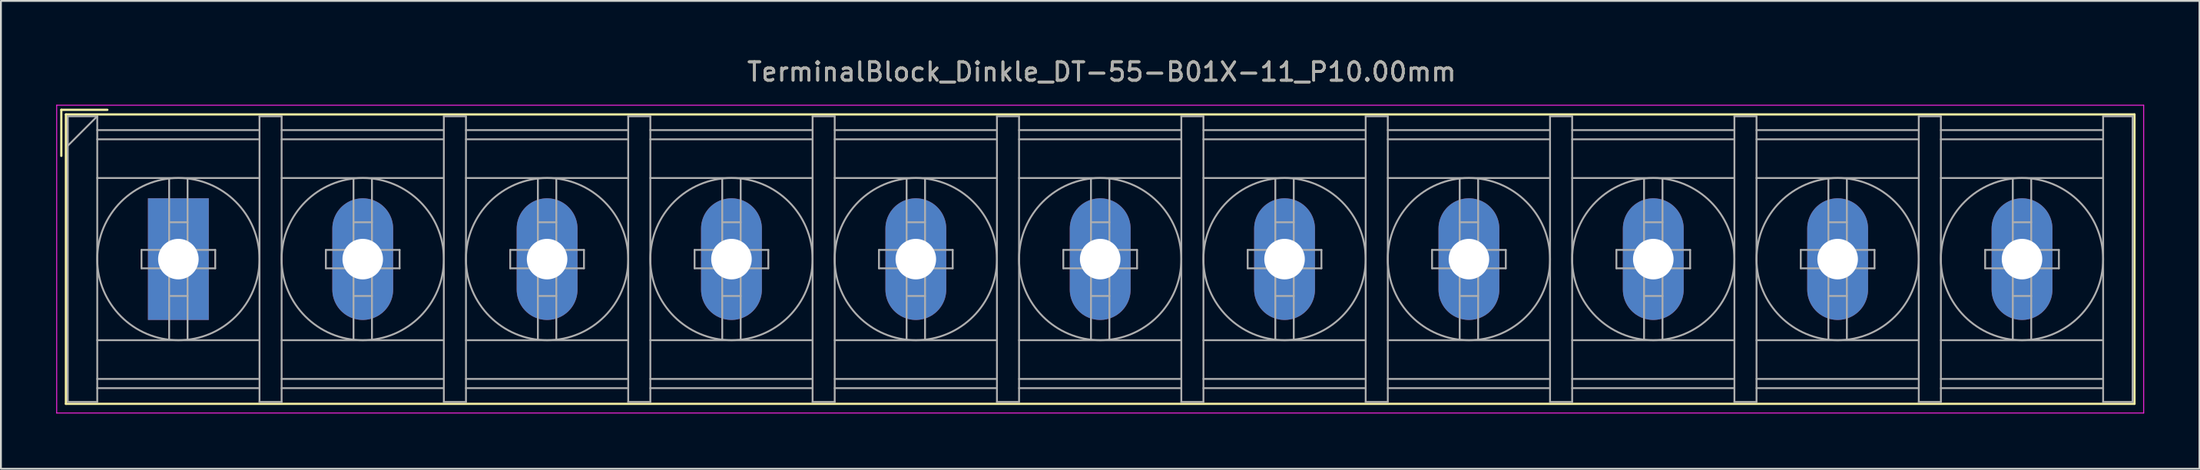
<source format=kicad_pcb>
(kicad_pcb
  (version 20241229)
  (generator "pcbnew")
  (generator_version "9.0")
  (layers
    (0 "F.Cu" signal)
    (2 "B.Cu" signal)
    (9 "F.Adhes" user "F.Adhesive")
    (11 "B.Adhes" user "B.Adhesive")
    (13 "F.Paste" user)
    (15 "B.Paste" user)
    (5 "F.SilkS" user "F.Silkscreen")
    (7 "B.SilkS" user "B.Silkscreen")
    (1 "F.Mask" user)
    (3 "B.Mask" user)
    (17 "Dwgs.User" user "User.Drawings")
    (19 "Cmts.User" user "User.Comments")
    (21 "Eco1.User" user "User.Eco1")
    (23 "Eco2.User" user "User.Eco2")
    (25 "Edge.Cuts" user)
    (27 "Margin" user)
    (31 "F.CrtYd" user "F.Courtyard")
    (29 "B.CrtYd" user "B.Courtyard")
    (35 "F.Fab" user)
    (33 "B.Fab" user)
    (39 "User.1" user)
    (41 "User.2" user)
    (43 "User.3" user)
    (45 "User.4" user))
  (footprint "TerminalBlock_Dinkle_DT-55-B01X-11_P10.00mm"
    (layer "F.Cu")
    (at 6.625 11.008)
    (property "Reference" "TerminalBlock_Dinkle_DT-55-B01X-11_P10.00mm" (at 50.08 -10.16 0) (layer "F.SilkS") (effects (font (size 1 1) (thickness 0.15))))
    (attr through_hole)
    (fp_line (start -6.35 -8.1) (end -3.85 -8.1) (stroke (width 0.12) (type solid)) (layer "F.SilkS"))
    (fp_line (start -6.35 -5.6) (end -6.35 -8.1) (stroke (width 0.12) (type solid)) (layer "F.SilkS"))
    (fp_line (start -6.1 -7.85) (end 106.1 -7.85) (stroke (width 0.12) (type solid)) (layer "F.SilkS"))
    (fp_line (start -6.1 7.85) (end -6.1 -7.85) (stroke (width 0.12) (type solid)) (layer "F.SilkS"))
    (fp_line (start -6.1 7.85) (end 106.1 7.85) (stroke (width 0.12) (type solid)) (layer "F.SilkS"))
    (fp_line (start 106.1 -7.85) (end 106.1 7.85) (stroke (width 0.12) (type solid)) (layer "F.SilkS"))
    (fp_line (start -6.6 -8.35) (end 106.6 -8.35) (stroke (width 0.05) (type solid)) (layer "F.CrtYd"))
    (fp_line (start -6.6 8.35) (end -6.6 -8.35) (stroke (width 0.05) (type solid)) (layer "F.CrtYd"))
    (fp_line (start -6.6 8.35) (end 106.6 8.35) (stroke (width 0.05) (type solid)) (layer "F.CrtYd"))
    (fp_line (start 106.6 -8.35) (end 106.6 8.35) (stroke (width 0.05) (type solid)) (layer "F.CrtYd"))
    (fp_line (start -6 -7.75) (end -6 7.75) (stroke (width 0.1) (type solid)) (layer "F.Fab"))
    (fp_line (start -6 -7.75) (end -4.4 -7.75) (stroke (width 0.1) (type solid)) (layer "F.Fab"))
    (fp_line (start -6 7.75) (end -4.4 7.75) (stroke (width 0.1) (type solid)) (layer "F.Fab"))
    (fp_line (start -4.4 -7.75) (end -6 -6.15) (stroke (width 0.1) (type solid)) (layer "F.Fab"))
    (fp_line (start -4.4 -7.75) (end -4.4 7.75) (stroke (width 0.1) (type solid)) (layer "F.Fab"))
    (fp_line (start -4.4 -7) (end 4.4 -7) (stroke (width 0.1) (type solid)) (layer "F.Fab"))
    (fp_line (start -4.4 -6.5) (end 4.4 -6.5) (stroke (width 0.1) (type solid)) (layer "F.Fab"))
    (fp_line (start -4.4 -4.4) (end 4.4 -4.4) (stroke (width 0.1) (type solid)) (layer "F.Fab"))
    (fp_line (start -4.4 4.4) (end 4.4 4.4) (stroke (width 0.1) (type solid)) (layer "F.Fab"))
    (fp_line (start -4.4 6.5) (end 4.4 6.5) (stroke (width 0.1) (type solid)) (layer "F.Fab"))
    (fp_line (start -4.4 7) (end 4.4 7) (stroke (width 0.1) (type solid)) (layer "F.Fab"))
    (fp_line (start -2 -0.5) (end -2 0.5) (stroke (width 0.1) (type solid)) (layer "F.Fab"))
    (fp_line (start -2 0.5) (end -0.5 0.5) (stroke (width 0.1) (type solid)) (layer "F.Fab"))
    (fp_line (start -0.5 -4.35) (end -0.5 -0.5) (stroke (width 0.1) (type solid)) (layer "F.Fab"))
    (fp_line (start -0.5 -2) (end 0.5 -2) (stroke (width 0.1) (type solid)) (layer "F.Fab"))
    (fp_line (start -0.5 -0.5) (end -2 -0.5) (stroke (width 0.1) (type solid)) (layer "F.Fab"))
    (fp_line (start -0.5 0.5) (end -0.5 4.35) (stroke (width 0.1) (type solid)) (layer "F.Fab"))
    (fp_line (start -0.5 2) (end 0.5 2) (stroke (width 0.1) (type solid)) (layer "F.Fab"))
    (fp_line (start 0.5 -4.35) (end 0.5 -0.5) (stroke (width 0.1) (type solid)) (layer "F.Fab"))
    (fp_line (start 0.5 -0.5) (end 2 -0.5) (stroke (width 0.1) (type solid)) (layer "F.Fab"))
    (fp_line (start 0.5 0.5) (end 0.5 4.35) (stroke (width 0.1) (type solid)) (layer "F.Fab"))
    (fp_line (start 2 -0.5) (end 2 0.5) (stroke (width 0.1) (type solid)) (layer "F.Fab"))
    (fp_line (start 2 0.5) (end 0.5 0.5) (stroke (width 0.1) (type solid)) (layer "F.Fab"))
    (fp_line (start 4.4 -7.75) (end 4.4 7.75) (stroke (width 0.1) (type solid)) (layer "F.Fab"))
    (fp_line (start 4.4 -7.75) (end 5.6 -7.75) (stroke (width 0.1) (type solid)) (layer "F.Fab"))
    (fp_line (start 4.4 7.75) (end 5.6 7.75) (stroke (width 0.1) (type solid)) (layer "F.Fab"))
    (fp_line (start 5.6 -7.75) (end 5.6 7.75) (stroke (width 0.1) (type solid)) (layer "F.Fab"))
    (fp_line (start 5.6 -7) (end 14.4 -7) (stroke (width 0.1) (type solid)) (layer "F.Fab"))
    (fp_line (start 5.6 -6.5) (end 14.4 -6.5) (stroke (width 0.1) (type solid)) (layer "F.Fab"))
    (fp_line (start 5.6 -4.4) (end 14.4 -4.4) (stroke (width 0.1) (type solid)) (layer "F.Fab"))
    (fp_line (start 5.6 4.4) (end 14.4 4.4) (stroke (width 0.1) (type solid)) (layer "F.Fab"))
    (fp_line (start 5.6 6.5) (end 14.4 6.5) (stroke (width 0.1) (type solid)) (layer "F.Fab"))
    (fp_line (start 5.6 7) (end 14.4 7) (stroke (width 0.1) (type solid)) (layer "F.Fab"))
    (fp_line (start 8 -0.5) (end 8 0.5) (stroke (width 0.1) (type solid)) (layer "F.Fab"))
    (fp_line (start 8 0.5) (end 9.5 0.5) (stroke (width 0.1) (type solid)) (layer "F.Fab"))
    (fp_line (start 9.5 -4.35) (end 9.5 -0.5) (stroke (width 0.1) (type solid)) (layer "F.Fab"))
    (fp_line (start 9.5 -2) (end 10.5 -2) (stroke (width 0.1) (type solid)) (layer "F.Fab"))
    (fp_line (start 9.5 -0.5) (end 8 -0.5) (stroke (width 0.1) (type solid)) (layer "F.Fab"))
    (fp_line (start 9.5 0.5) (end 9.5 4.35) (stroke (width 0.1) (type solid)) (layer "F.Fab"))
    (fp_line (start 9.5 2) (end 10.5 2) (stroke (width 0.1) (type solid)) (layer "F.Fab"))
    (fp_line (start 10.5 -4.35) (end 10.5 -0.5) (stroke (width 0.1) (type solid)) (layer "F.Fab"))
    (fp_line (start 10.5 -0.5) (end 12 -0.5) (stroke (width 0.1) (type solid)) (layer "F.Fab"))
    (fp_line (start 10.5 0.5) (end 10.5 4.35) (stroke (width 0.1) (type solid)) (layer "F.Fab"))
    (fp_line (start 12 -0.5) (end 12 0.5) (stroke (width 0.1) (type solid)) (layer "F.Fab"))
    (fp_line (start 12 0.5) (end 10.5 0.5) (stroke (width 0.1) (type solid)) (layer "F.Fab"))
    (fp_line (start 14.4 -7.75) (end 14.4 7.75) (stroke (width 0.1) (type solid)) (layer "F.Fab"))
    (fp_line (start 14.4 -7.75) (end 15.6 -7.75) (stroke (width 0.1) (type solid)) (layer "F.Fab"))
    (fp_line (start 14.4 7.75) (end 15.6 7.75) (stroke (width 0.1) (type solid)) (layer "F.Fab"))
    (fp_line (start 15.6 -7.75) (end 15.6 7.75) (stroke (width 0.1) (type solid)) (layer "F.Fab"))
    (fp_line (start 15.6 -7) (end 24.4 -7) (stroke (width 0.1) (type solid)) (layer "F.Fab"))
    (fp_line (start 15.6 -6.5) (end 24.4 -6.5) (stroke (width 0.1) (type solid)) (layer "F.Fab"))
    (fp_line (start 15.6 -4.4) (end 24.4 -4.4) (stroke (width 0.1) (type solid)) (layer "F.Fab"))
    (fp_line (start 15.6 4.4) (end 24.4 4.4) (stroke (width 0.1) (type solid)) (layer "F.Fab"))
    (fp_line (start 15.6 6.5) (end 24.4 6.5) (stroke (width 0.1) (type solid)) (layer "F.Fab"))
    (fp_line (start 15.6 7) (end 24.4 7) (stroke (width 0.1) (type solid)) (layer "F.Fab"))
    (fp_line (start 18 -0.5) (end 18 0.5) (stroke (width 0.1) (type solid)) (layer "F.Fab"))
    (fp_line (start 18 0.5) (end 19.5 0.5) (stroke (width 0.1) (type solid)) (layer "F.Fab"))
    (fp_line (start 19.5 -4.35) (end 19.5 -0.5) (stroke (width 0.1) (type solid)) (layer "F.Fab"))
    (fp_line (start 19.5 -2) (end 20.5 -2) (stroke (width 0.1) (type solid)) (layer "F.Fab"))
    (fp_line (start 19.5 -0.5) (end 18 -0.5) (stroke (width 0.1) (type solid)) (layer "F.Fab"))
    (fp_line (start 19.5 0.5) (end 19.5 4.35) (stroke (width 0.1) (type solid)) (layer "F.Fab"))
    (fp_line (start 19.5 2) (end 20.5 2) (stroke (width 0.1) (type solid)) (layer "F.Fab"))
    (fp_line (start 20.5 -4.35) (end 20.5 -0.5) (stroke (width 0.1) (type solid)) (layer "F.Fab"))
    (fp_line (start 20.5 -0.5) (end 22 -0.5) (stroke (width 0.1) (type solid)) (layer "F.Fab"))
    (fp_line (start 20.5 0.5) (end 20.5 4.35) (stroke (width 0.1) (type solid)) (layer "F.Fab"))
    (fp_line (start 22 -0.5) (end 22 0.5) (stroke (width 0.1) (type solid)) (layer "F.Fab"))
    (fp_line (start 22 0.5) (end 20.5 0.5) (stroke (width 0.1) (type solid)) (layer "F.Fab"))
    (fp_line (start 24.4 -7.75) (end 24.4 7.75) (stroke (width 0.1) (type solid)) (layer "F.Fab"))
    (fp_line (start 24.4 -7.75) (end 25.6 -7.75) (stroke (width 0.1) (type solid)) (layer "F.Fab"))
    (fp_line (start 24.4 7.75) (end 25.6 7.75) (stroke (width 0.1) (type solid)) (layer "F.Fab"))
    (fp_line (start 25.6 -7.75) (end 25.6 7.75) (stroke (width 0.1) (type solid)) (layer "F.Fab"))
    (fp_line (start 25.6 -7) (end 34.4 -7) (stroke (width 0.1) (type solid)) (layer "F.Fab"))
    (fp_line (start 25.6 -6.5) (end 34.4 -6.5) (stroke (width 0.1) (type solid)) (layer "F.Fab"))
    (fp_line (start 25.6 -4.4) (end 34.4 -4.4) (stroke (width 0.1) (type solid)) (layer "F.Fab"))
    (fp_line (start 25.6 4.4) (end 34.4 4.4) (stroke (width 0.1) (type solid)) (layer "F.Fab"))
    (fp_line (start 25.6 6.5) (end 34.4 6.5) (stroke (width 0.1) (type solid)) (layer "F.Fab"))
    (fp_line (start 25.6 7) (end 34.4 7) (stroke (width 0.1) (type solid)) (layer "F.Fab"))
    (fp_line (start 28 -0.5) (end 28 0.5) (stroke (width 0.1) (type solid)) (layer "F.Fab"))
    (fp_line (start 28 0.5) (end 29.5 0.5) (stroke (width 0.1) (type solid)) (layer "F.Fab"))
    (fp_line (start 29.5 -4.35) (end 29.5 -0.5) (stroke (width 0.1) (type solid)) (layer "F.Fab"))
    (fp_line (start 29.5 -2) (end 30.5 -2) (stroke (width 0.1) (type solid)) (layer "F.Fab"))
    (fp_line (start 29.5 -0.5) (end 28 -0.5) (stroke (width 0.1) (type solid)) (layer "F.Fab"))
    (fp_line (start 29.5 0.5) (end 29.5 4.35) (stroke (width 0.1) (type solid)) (layer "F.Fab"))
    (fp_line (start 29.5 2) (end 30.5 2) (stroke (width 0.1) (type solid)) (layer "F.Fab"))
    (fp_line (start 30.5 -4.35) (end 30.5 -0.5) (stroke (width 0.1) (type solid)) (layer "F.Fab"))
    (fp_line (start 30.5 -0.5) (end 32 -0.5) (stroke (width 0.1) (type solid)) (layer "F.Fab"))
    (fp_line (start 30.5 0.5) (end 30.5 4.35) (stroke (width 0.1) (type solid)) (layer "F.Fab"))
    (fp_line (start 32 -0.5) (end 32 0.5) (stroke (width 0.1) (type solid)) (layer "F.Fab"))
    (fp_line (start 32 0.5) (end 30.5 0.5) (stroke (width 0.1) (type solid)) (layer "F.Fab"))
    (fp_line (start 34.4 -7.75) (end 34.4 7.75) (stroke (width 0.1) (type solid)) (layer "F.Fab"))
    (fp_line (start 34.4 -7.75) (end 35.6 -7.75) (stroke (width 0.1) (type solid)) (layer "F.Fab"))
    (fp_line (start 34.4 7.75) (end 35.6 7.75) (stroke (width 0.1) (type solid)) (layer "F.Fab"))
    (fp_line (start 35.6 -7.75) (end 35.6 7.75) (stroke (width 0.1) (type solid)) (layer "F.Fab"))
    (fp_line (start 35.6 -7) (end 44.4 -7) (stroke (width 0.1) (type solid)) (layer "F.Fab"))
    (fp_line (start 35.6 -6.5) (end 44.4 -6.5) (stroke (width 0.1) (type solid)) (layer "F.Fab"))
    (fp_line (start 35.6 -4.4) (end 44.4 -4.4) (stroke (width 0.1) (type solid)) (layer "F.Fab"))
    (fp_line (start 35.6 4.4) (end 44.4 4.4) (stroke (width 0.1) (type solid)) (layer "F.Fab"))
    (fp_line (start 35.6 6.5) (end 44.4 6.5) (stroke (width 0.1) (type solid)) (layer "F.Fab"))
    (fp_line (start 35.6 7) (end 44.4 7) (stroke (width 0.1) (type solid)) (layer "F.Fab"))
    (fp_line (start 38 -0.5) (end 38 0.5) (stroke (width 0.1) (type solid)) (layer "F.Fab"))
    (fp_line (start 38 0.5) (end 39.5 0.5) (stroke (width 0.1) (type solid)) (layer "F.Fab"))
    (fp_line (start 39.5 -4.35) (end 39.5 -0.5) (stroke (width 0.1) (type solid)) (layer "F.Fab"))
    (fp_line (start 39.5 -2) (end 40.5 -2) (stroke (width 0.1) (type solid)) (layer "F.Fab"))
    (fp_line (start 39.5 -0.5) (end 38 -0.5) (stroke (width 0.1) (type solid)) (layer "F.Fab"))
    (fp_line (start 39.5 0.5) (end 39.5 4.35) (stroke (width 0.1) (type solid)) (layer "F.Fab"))
    (fp_line (start 39.5 2) (end 40.5 2) (stroke (width 0.1) (type solid)) (layer "F.Fab"))
    (fp_line (start 40.5 -4.35) (end 40.5 -0.5) (stroke (width 0.1) (type solid)) (layer "F.Fab"))
    (fp_line (start 40.5 -0.5) (end 42 -0.5) (stroke (width 0.1) (type solid)) (layer "F.Fab"))
    (fp_line (start 40.5 0.5) (end 40.5 4.35) (stroke (width 0.1) (type solid)) (layer "F.Fab"))
    (fp_line (start 42 -0.5) (end 42 0.5) (stroke (width 0.1) (type solid)) (layer "F.Fab"))
    (fp_line (start 42 0.5) (end 40.5 0.5) (stroke (width 0.1) (type solid)) (layer "F.Fab"))
    (fp_line (start 44.4 -7.75) (end 44.4 7.75) (stroke (width 0.1) (type solid)) (layer "F.Fab"))
    (fp_line (start 44.4 -7.75) (end 45.6 -7.75) (stroke (width 0.1) (type solid)) (layer "F.Fab"))
    (fp_line (start 44.4 7.75) (end 45.6 7.75) (stroke (width 0.1) (type solid)) (layer "F.Fab"))
    (fp_line (start 45.6 -7.75) (end 45.6 7.75) (stroke (width 0.1) (type solid)) (layer "F.Fab"))
    (fp_line (start 45.6 -7) (end 54.4 -7) (stroke (width 0.1) (type solid)) (layer "F.Fab"))
    (fp_line (start 45.6 -6.5) (end 54.4 -6.5) (stroke (width 0.1) (type solid)) (layer "F.Fab"))
    (fp_line (start 45.6 -4.4) (end 54.4 -4.4) (stroke (width 0.1) (type solid)) (layer "F.Fab"))
    (fp_line (start 45.6 4.4) (end 54.4 4.4) (stroke (width 0.1) (type solid)) (layer "F.Fab"))
    (fp_line (start 45.6 6.5) (end 54.4 6.5) (stroke (width 0.1) (type solid)) (layer "F.Fab"))
    (fp_line (start 45.6 7) (end 54.4 7) (stroke (width 0.1) (type solid)) (layer "F.Fab"))
    (fp_line (start 48 -0.5) (end 48 0.5) (stroke (width 0.1) (type solid)) (layer "F.Fab"))
    (fp_line (start 48 0.5) (end 49.5 0.5) (stroke (width 0.1) (type solid)) (layer "F.Fab"))
    (fp_line (start 49.5 -4.35) (end 49.5 -0.5) (stroke (width 0.1) (type solid)) (layer "F.Fab"))
    (fp_line (start 49.5 -2) (end 50.5 -2) (stroke (width 0.1) (type solid)) (layer "F.Fab"))
    (fp_line (start 49.5 -0.5) (end 48 -0.5) (stroke (width 0.1) (type solid)) (layer "F.Fab"))
    (fp_line (start 49.5 0.5) (end 49.5 4.35) (stroke (width 0.1) (type solid)) (layer "F.Fab"))
    (fp_line (start 49.5 2) (end 50.5 2) (stroke (width 0.1) (type solid)) (layer "F.Fab"))
    (fp_line (start 50.5 -4.35) (end 50.5 -0.5) (stroke (width 0.1) (type solid)) (layer "F.Fab"))
    (fp_line (start 50.5 -0.5) (end 52 -0.5) (stroke (width 0.1) (type solid)) (layer "F.Fab"))
    (fp_line (start 50.5 0.5) (end 50.5 4.35) (stroke (width 0.1) (type solid)) (layer "F.Fab"))
    (fp_line (start 52 -0.5) (end 52 0.5) (stroke (width 0.1) (type solid)) (layer "F.Fab"))
    (fp_line (start 52 0.5) (end 50.5 0.5) (stroke (width 0.1) (type solid)) (layer "F.Fab"))
    (fp_line (start 54.4 -7.75) (end 54.4 7.75) (stroke (width 0.1) (type solid)) (layer "F.Fab"))
    (fp_line (start 54.4 -7.75) (end 55.6 -7.75) (stroke (width 0.1) (type solid)) (layer "F.Fab"))
    (fp_line (start 54.4 7.75) (end 55.6 7.75) (stroke (width 0.1) (type solid)) (layer "F.Fab"))
    (fp_line (start 55.6 -7.75) (end 55.6 7.75) (stroke (width 0.1) (type solid)) (layer "F.Fab"))
    (fp_line (start 55.6 -7) (end 64.4 -7) (stroke (width 0.1) (type solid)) (layer "F.Fab"))
    (fp_line (start 55.6 -6.5) (end 64.4 -6.5) (stroke (width 0.1) (type solid)) (layer "F.Fab"))
    (fp_line (start 55.6 -4.4) (end 64.4 -4.4) (stroke (width 0.1) (type solid)) (layer "F.Fab"))
    (fp_line (start 55.6 4.4) (end 64.4 4.4) (stroke (width 0.1) (type solid)) (layer "F.Fab"))
    (fp_line (start 55.6 6.5) (end 64.4 6.5) (stroke (width 0.1) (type solid)) (layer "F.Fab"))
    (fp_line (start 55.6 7) (end 64.4 7) (stroke (width 0.1) (type solid)) (layer "F.Fab"))
    (fp_line (start 58 -0.5) (end 58 0.5) (stroke (width 0.1) (type solid)) (layer "F.Fab"))
    (fp_line (start 58 0.5) (end 59.5 0.5) (stroke (width 0.1) (type solid)) (layer "F.Fab"))
    (fp_line (start 59.5 -4.35) (end 59.5 -0.5) (stroke (width 0.1) (type solid)) (layer "F.Fab"))
    (fp_line (start 59.5 -2) (end 60.5 -2) (stroke (width 0.1) (type solid)) (layer "F.Fab"))
    (fp_line (start 59.5 -0.5) (end 58 -0.5) (stroke (width 0.1) (type solid)) (layer "F.Fab"))
    (fp_line (start 59.5 0.5) (end 59.5 4.35) (stroke (width 0.1) (type solid)) (layer "F.Fab"))
    (fp_line (start 59.5 2) (end 60.5 2) (stroke (width 0.1) (type solid)) (layer "F.Fab"))
    (fp_line (start 60.5 -4.35) (end 60.5 -0.5) (stroke (width 0.1) (type solid)) (layer "F.Fab"))
    (fp_line (start 60.5 -0.5) (end 62 -0.5) (stroke (width 0.1) (type solid)) (layer "F.Fab"))
    (fp_line (start 60.5 0.5) (end 60.5 4.35) (stroke (width 0.1) (type solid)) (layer "F.Fab"))
    (fp_line (start 62 -0.5) (end 62 0.5) (stroke (width 0.1) (type solid)) (layer "F.Fab"))
    (fp_line (start 62 0.5) (end 60.5 0.5) (stroke (width 0.1) (type solid)) (layer "F.Fab"))
    (fp_line (start 64.4 -7.75) (end 64.4 7.75) (stroke (width 0.1) (type solid)) (layer "F.Fab"))
    (fp_line (start 64.4 -7.75) (end 65.6 -7.75) (stroke (width 0.1) (type solid)) (layer "F.Fab"))
    (fp_line (start 64.4 7.75) (end 65.6 7.75) (stroke (width 0.1) (type solid)) (layer "F.Fab"))
    (fp_line (start 65.6 -7.75) (end 65.6 7.75) (stroke (width 0.1) (type solid)) (layer "F.Fab"))
    (fp_line (start 65.6 -7) (end 74.4 -7) (stroke (width 0.1) (type solid)) (layer "F.Fab"))
    (fp_line (start 65.6 -6.5) (end 74.4 -6.5) (stroke (width 0.1) (type solid)) (layer "F.Fab"))
    (fp_line (start 65.6 -4.4) (end 74.4 -4.4) (stroke (width 0.1) (type solid)) (layer "F.Fab"))
    (fp_line (start 65.6 4.4) (end 74.4 4.4) (stroke (width 0.1) (type solid)) (layer "F.Fab"))
    (fp_line (start 65.6 6.5) (end 74.4 6.5) (stroke (width 0.1) (type solid)) (layer "F.Fab"))
    (fp_line (start 65.6 7) (end 74.4 7) (stroke (width 0.1) (type solid)) (layer "F.Fab"))
    (fp_line (start 68 -0.5) (end 68 0.5) (stroke (width 0.1) (type solid)) (layer "F.Fab"))
    (fp_line (start 68 0.5) (end 69.5 0.5) (stroke (width 0.1) (type solid)) (layer "F.Fab"))
    (fp_line (start 69.5 -4.35) (end 69.5 -0.5) (stroke (width 0.1) (type solid)) (layer "F.Fab"))
    (fp_line (start 69.5 -2) (end 70.5 -2) (stroke (width 0.1) (type solid)) (layer "F.Fab"))
    (fp_line (start 69.5 -0.5) (end 68 -0.5) (stroke (width 0.1) (type solid)) (layer "F.Fab"))
    (fp_line (start 69.5 0.5) (end 69.5 4.35) (stroke (width 0.1) (type solid)) (layer "F.Fab"))
    (fp_line (start 69.5 2) (end 70.5 2) (stroke (width 0.1) (type solid)) (layer "F.Fab"))
    (fp_line (start 70.5 -4.35) (end 70.5 -0.5) (stroke (width 0.1) (type solid)) (layer "F.Fab"))
    (fp_line (start 70.5 -0.5) (end 72 -0.5) (stroke (width 0.1) (type solid)) (layer "F.Fab"))
    (fp_line (start 70.5 0.5) (end 70.5 4.35) (stroke (width 0.1) (type solid)) (layer "F.Fab"))
    (fp_line (start 72 -0.5) (end 72 0.5) (stroke (width 0.1) (type solid)) (layer "F.Fab"))
    (fp_line (start 72 0.5) (end 70.5 0.5) (stroke (width 0.1) (type solid)) (layer "F.Fab"))
    (fp_line (start 74.4 -7.75) (end 74.4 7.75) (stroke (width 0.1) (type solid)) (layer "F.Fab"))
    (fp_line (start 74.4 -7.75) (end 75.6 -7.75) (stroke (width 0.1) (type solid)) (layer "F.Fab"))
    (fp_line (start 74.4 7.75) (end 75.6 7.75) (stroke (width 0.1) (type solid)) (layer "F.Fab"))
    (fp_line (start 75.6 -7.75) (end 75.6 7.75) (stroke (width 0.1) (type solid)) (layer "F.Fab"))
    (fp_line (start 75.6 -7) (end 84.4 -7) (stroke (width 0.1) (type solid)) (layer "F.Fab"))
    (fp_line (start 75.6 -6.5) (end 84.4 -6.5) (stroke (width 0.1) (type solid)) (layer "F.Fab"))
    (fp_line (start 75.6 -4.4) (end 84.4 -4.4) (stroke (width 0.1) (type solid)) (layer "F.Fab"))
    (fp_line (start 75.6 4.4) (end 84.4 4.4) (stroke (width 0.1) (type solid)) (layer "F.Fab"))
    (fp_line (start 75.6 6.5) (end 84.4 6.5) (stroke (width 0.1) (type solid)) (layer "F.Fab"))
    (fp_line (start 75.6 7) (end 84.4 7) (stroke (width 0.1) (type solid)) (layer "F.Fab"))
    (fp_line (start 78 -0.5) (end 78 0.5) (stroke (width 0.1) (type solid)) (layer "F.Fab"))
    (fp_line (start 78 0.5) (end 79.5 0.5) (stroke (width 0.1) (type solid)) (layer "F.Fab"))
    (fp_line (start 79.5 -4.35) (end 79.5 -0.5) (stroke (width 0.1) (type solid)) (layer "F.Fab"))
    (fp_line (start 79.5 -2) (end 80.5 -2) (stroke (width 0.1) (type solid)) (layer "F.Fab"))
    (fp_line (start 79.5 -0.5) (end 78 -0.5) (stroke (width 0.1) (type solid)) (layer "F.Fab"))
    (fp_line (start 79.5 0.5) (end 79.5 4.35) (stroke (width 0.1) (type solid)) (layer "F.Fab"))
    (fp_line (start 79.5 2) (end 80.5 2) (stroke (width 0.1) (type solid)) (layer "F.Fab"))
    (fp_line (start 80.5 -4.35) (end 80.5 -0.5) (stroke (width 0.1) (type solid)) (layer "F.Fab"))
    (fp_line (start 80.5 -0.5) (end 82 -0.5) (stroke (width 0.1) (type solid)) (layer "F.Fab"))
    (fp_line (start 80.5 0.5) (end 80.5 4.35) (stroke (width 0.1) (type solid)) (layer "F.Fab"))
    (fp_line (start 82 -0.5) (end 82 0.5) (stroke (width 0.1) (type solid)) (layer "F.Fab"))
    (fp_line (start 82 0.5) (end 80.5 0.5) (stroke (width 0.1) (type solid)) (layer "F.Fab"))
    (fp_line (start 84.4 -7.75) (end 84.4 7.75) (stroke (width 0.1) (type solid)) (layer "F.Fab"))
    (fp_line (start 84.4 -7.75) (end 85.6 -7.75) (stroke (width 0.1) (type solid)) (layer "F.Fab"))
    (fp_line (start 84.4 7.75) (end 85.6 7.75) (stroke (width 0.1) (type solid)) (layer "F.Fab"))
    (fp_line (start 85.6 -7.75) (end 85.6 7.75) (stroke (width 0.1) (type solid)) (layer "F.Fab"))
    (fp_line (start 85.6 -7) (end 94.4 -7) (stroke (width 0.1) (type solid)) (layer "F.Fab"))
    (fp_line (start 85.6 -6.5) (end 94.4 -6.5) (stroke (width 0.1) (type solid)) (layer "F.Fab"))
    (fp_line (start 85.6 -4.4) (end 94.4 -4.4) (stroke (width 0.1) (type solid)) (layer "F.Fab"))
    (fp_line (start 85.6 4.4) (end 94.4 4.4) (stroke (width 0.1) (type solid)) (layer "F.Fab"))
    (fp_line (start 85.6 6.5) (end 94.4 6.5) (stroke (width 0.1) (type solid)) (layer "F.Fab"))
    (fp_line (start 85.6 7) (end 94.4 7) (stroke (width 0.1) (type solid)) (layer "F.Fab"))
    (fp_line (start 88 -0.5) (end 88 0.5) (stroke (width 0.1) (type solid)) (layer "F.Fab"))
    (fp_line (start 88 0.5) (end 89.5 0.5) (stroke (width 0.1) (type solid)) (layer "F.Fab"))
    (fp_line (start 89.5 -4.35) (end 89.5 -0.5) (stroke (width 0.1) (type solid)) (layer "F.Fab"))
    (fp_line (start 89.5 -2) (end 90.5 -2) (stroke (width 0.1) (type solid)) (layer "F.Fab"))
    (fp_line (start 89.5 -0.5) (end 88 -0.5) (stroke (width 0.1) (type solid)) (layer "F.Fab"))
    (fp_line (start 89.5 0.5) (end 89.5 4.35) (stroke (width 0.1) (type solid)) (layer "F.Fab"))
    (fp_line (start 89.5 2) (end 90.5 2) (stroke (width 0.1) (type solid)) (layer "F.Fab"))
    (fp_line (start 90.5 -4.35) (end 90.5 -0.5) (stroke (width 0.1) (type solid)) (layer "F.Fab"))
    (fp_line (start 90.5 -0.5) (end 92 -0.5) (stroke (width 0.1) (type solid)) (layer "F.Fab"))
    (fp_line (start 90.5 0.5) (end 90.5 4.35) (stroke (width 0.1) (type solid)) (layer "F.Fab"))
    (fp_line (start 92 -0.5) (end 92 0.5) (stroke (width 0.1) (type solid)) (layer "F.Fab"))
    (fp_line (start 92 0.5) (end 90.5 0.5) (stroke (width 0.1) (type solid)) (layer "F.Fab"))
    (fp_line (start 94.4 -7.75) (end 94.4 7.75) (stroke (width 0.1) (type solid)) (layer "F.Fab"))
    (fp_line (start 94.4 -7.75) (end 95.6 -7.75) (stroke (width 0.1) (type solid)) (layer "F.Fab"))
    (fp_line (start 94.4 7.75) (end 95.6 7.75) (stroke (width 0.1) (type solid)) (layer "F.Fab"))
    (fp_line (start 95.6 -7.75) (end 95.6 7.75) (stroke (width 0.1) (type solid)) (layer "F.Fab"))
    (fp_line (start 95.6 -7) (end 104.4 -7) (stroke (width 0.1) (type solid)) (layer "F.Fab"))
    (fp_line (start 95.6 -6.5) (end 104.4 -6.5) (stroke (width 0.1) (type solid)) (layer "F.Fab"))
    (fp_line (start 95.6 -4.4) (end 104.4 -4.4) (stroke (width 0.1) (type solid)) (layer "F.Fab"))
    (fp_line (start 95.6 4.4) (end 104.4 4.4) (stroke (width 0.1) (type solid)) (layer "F.Fab"))
    (fp_line (start 95.6 6.5) (end 104.4 6.5) (stroke (width 0.1) (type solid)) (layer "F.Fab"))
    (fp_line (start 95.6 7) (end 104.4 7) (stroke (width 0.1) (type solid)) (layer "F.Fab"))
    (fp_line (start 98 -0.5) (end 98 0.5) (stroke (width 0.1) (type solid)) (layer "F.Fab"))
    (fp_line (start 98 0.5) (end 99.5 0.5) (stroke (width 0.1) (type solid)) (layer "F.Fab"))
    (fp_line (start 99.5 -4.35) (end 99.5 -0.5) (stroke (width 0.1) (type solid)) (layer "F.Fab"))
    (fp_line (start 99.5 -2) (end 100.5 -2) (stroke (width 0.1) (type solid)) (layer "F.Fab"))
    (fp_line (start 99.5 -0.5) (end 98 -0.5) (stroke (width 0.1) (type solid)) (layer "F.Fab"))
    (fp_line (start 99.5 0.5) (end 99.5 4.35) (stroke (width 0.1) (type solid)) (layer "F.Fab"))
    (fp_line (start 99.5 2) (end 100.5 2) (stroke (width 0.1) (type solid)) (layer "F.Fab"))
    (fp_line (start 100.5 -4.35) (end 100.5 -0.5) (stroke (width 0.1) (type solid)) (layer "F.Fab"))
    (fp_line (start 100.5 -0.5) (end 102 -0.5) (stroke (width 0.1) (type solid)) (layer "F.Fab"))
    (fp_line (start 100.5 0.5) (end 100.5 4.35) (stroke (width 0.1) (type solid)) (layer "F.Fab"))
    (fp_line (start 102 -0.5) (end 102 0.5) (stroke (width 0.1) (type solid)) (layer "F.Fab"))
    (fp_line (start 102 0.5) (end 100.5 0.5) (stroke (width 0.1) (type solid)) (layer "F.Fab"))
    (fp_line (start 104.4 -7.75) (end 104.4 7.75) (stroke (width 0.1) (type solid)) (layer "F.Fab"))
    (fp_line (start 104.4 -7.75) (end 106 -7.75) (stroke (width 0.1) (type solid)) (layer "F.Fab"))
    (fp_line (start 104.4 7.75) (end 106 7.75) (stroke (width 0.1) (type solid)) (layer "F.Fab"))
    (fp_line (start 106 -7.75) (end 106 7.75) (stroke (width 0.1) (type solid)) (layer "F.Fab"))
    (fp_circle (center 0 0) (end 0.5 0.5) (stroke (width 0.1) (type solid)) (fill no) (layer "F.Fab"))
    (fp_circle (center 0 0) (end 4.4 0) (stroke (width 0.1) (type solid)) (fill no) (layer "F.Fab"))
    (fp_circle (center 10 0) (end 10.5 0.5) (stroke (width 0.1) (type solid)) (fill no) (layer "F.Fab"))
    (fp_circle (center 10 0) (end 14.4 0) (stroke (width 0.1) (type solid)) (fill no) (layer "F.Fab"))
    (fp_circle (center 20 0) (end 20.5 0.5) (stroke (width 0.1) (type solid)) (fill no) (layer "F.Fab"))
    (fp_circle (center 20 0) (end 24.4 0) (stroke (width 0.1) (type solid)) (fill no) (layer "F.Fab"))
    (fp_circle (center 30 0) (end 30.5 0.5) (stroke (width 0.1) (type solid)) (fill no) (layer "F.Fab"))
    (fp_circle (center 30 0) (end 34.4 0) (stroke (width 0.1) (type solid)) (fill no) (layer "F.Fab"))
    (fp_circle (center 40 0) (end 40.5 0.5) (stroke (width 0.1) (type solid)) (fill no) (layer "F.Fab"))
    (fp_circle (center 40 0) (end 44.4 0) (stroke (width 0.1) (type solid)) (fill no) (layer "F.Fab"))
    (fp_circle (center 50 0) (end 50.5 0.5) (stroke (width 0.1) (type solid)) (fill no) (layer "F.Fab"))
    (fp_circle (center 50 0) (end 54.4 0) (stroke (width 0.1) (type solid)) (fill no) (layer "F.Fab"))
    (fp_circle (center 60 0) (end 60.5 0.5) (stroke (width 0.1) (type solid)) (fill no) (layer "F.Fab"))
    (fp_circle (center 60 0) (end 64.4 0) (stroke (width 0.1) (type solid)) (fill no) (layer "F.Fab"))
    (fp_circle (center 70 0) (end 70.5 0.5) (stroke (width 0.1) (type solid)) (fill no) (layer "F.Fab"))
    (fp_circle (center 70 0) (end 74.4 0) (stroke (width 0.1) (type solid)) (fill no) (layer "F.Fab"))
    (fp_circle (center 80 0) (end 80.5 0.5) (stroke (width 0.1) (type solid)) (fill no) (layer "F.Fab"))
    (fp_circle (center 80 0) (end 84.4 0) (stroke (width 0.1) (type solid)) (fill no) (layer "F.Fab"))
    (fp_circle (center 90 0) (end 90.5 0.5) (stroke (width 0.1) (type solid)) (fill no) (layer "F.Fab"))
    (fp_circle (center 90 0) (end 94.4 0) (stroke (width 0.1) (type solid)) (fill no) (layer "F.Fab"))
    (fp_circle (center 100 0) (end 100.5 0.5) (stroke (width 0.1) (type solid)) (fill no) (layer "F.Fab"))
    (fp_circle (center 100 0) (end 104.4 0) (stroke (width 0.1) (type solid)) (fill no) (layer "F.Fab"))
    (fp_text user "${REFERENCE}" (at 50.08 -10.16 0) (layer "F.Fab") (effects (font (size 1 1) (thickness 0.15))))
    (pad "1" thru_hole rect (at 0 0) (size 3.3 6.6) (drill 2.2) (layers "*.Cu" "*.Mask"))
    (pad "2" thru_hole oval (at 10 0) (size 3.3 6.6) (drill 2.2) (layers "*.Cu" "*.Mask"))
    (pad "3" thru_hole oval (at 20 0) (size 3.3 6.6) (drill 2.2) (layers "*.Cu" "*.Mask"))
    (pad "4" thru_hole oval (at 30 0) (size 3.3 6.6) (drill 2.2) (layers "*.Cu" "*.Mask"))
    (pad "5" thru_hole oval (at 40 0) (size 3.3 6.6) (drill 2.2) (layers "*.Cu" "*.Mask"))
    (pad "6" thru_hole oval (at 50 0) (size 3.3 6.6) (drill 2.2) (layers "*.Cu" "*.Mask"))
    (pad "7" thru_hole oval (at 60 0) (size 3.3 6.6) (drill 2.2) (layers "*.Cu" "*.Mask"))
    (pad "8" thru_hole oval (at 70 0) (size 3.3 6.6) (drill 2.2) (layers "*.Cu" "*.Mask"))
    (pad "9" thru_hole oval (at 80 0) (size 3.3 6.6) (drill 2.2) (layers "*.Cu" "*.Mask"))
    (pad "10" thru_hole oval (at 90 0) (size 3.3 6.6) (drill 2.2) (layers "*.Cu" "*.Mask"))
    (pad "11" thru_hole oval (at 100 0) (size 3.3 6.6) (drill 2.2) (layers "*.Cu" "*.Mask")))
  (gr_rect
    (start -3 -3)
    (end 116.25 22.383)
    (stroke (width 0.1) (type default))
    (fill no)
    (layer "Edge.Cuts")))
</source>
